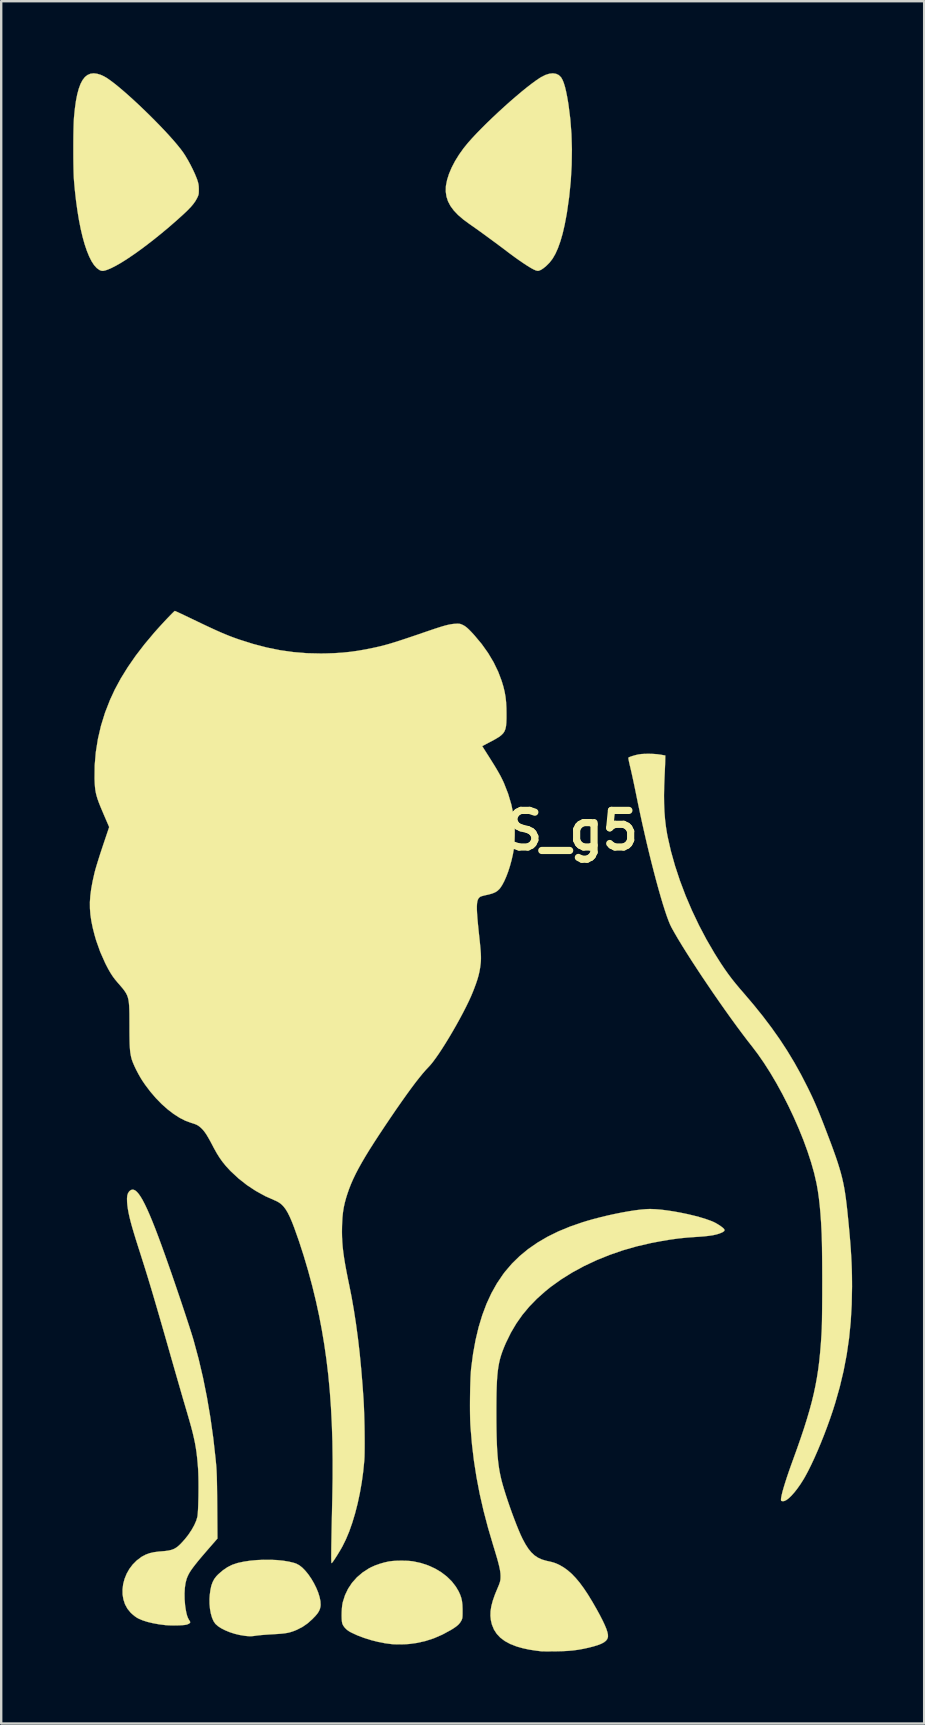
<source format=kicad_pcb>
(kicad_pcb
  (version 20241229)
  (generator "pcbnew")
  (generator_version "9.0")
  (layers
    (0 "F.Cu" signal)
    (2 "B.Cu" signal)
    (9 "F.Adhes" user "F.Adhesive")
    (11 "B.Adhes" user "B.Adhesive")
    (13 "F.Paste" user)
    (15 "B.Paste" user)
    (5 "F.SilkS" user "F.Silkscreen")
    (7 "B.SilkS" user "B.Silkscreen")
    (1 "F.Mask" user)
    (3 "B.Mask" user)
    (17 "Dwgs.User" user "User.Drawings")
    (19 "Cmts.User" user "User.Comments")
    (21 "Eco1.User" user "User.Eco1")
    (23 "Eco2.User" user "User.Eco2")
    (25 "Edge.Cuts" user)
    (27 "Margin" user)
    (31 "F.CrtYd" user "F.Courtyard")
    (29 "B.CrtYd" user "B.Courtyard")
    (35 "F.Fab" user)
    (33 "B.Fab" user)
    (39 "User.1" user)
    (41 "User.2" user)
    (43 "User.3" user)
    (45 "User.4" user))
  (footprint "F.SilkS_g5"
    (layer "F.Cu")
    (at 17.668 31.543)
    (property "Reference" "F.SilkS_g5" (at 0 0 0) (layer "F.SilkS") (effects (font (size 1.524 1.524) (thickness 0.3))))
    (attr through_hole)
    (fp_poly (pts (xy -3.841 30.42) (xy -3.671 30.429) (xy -3.526 30.444) (xy -3.502 30.448) (xy -3.183 30.517) (xy -2.88 30.617) (xy -2.597 30.746) (xy -2.336 30.902) (xy -2.102 31.082) (xy -1.897 31.283) (xy -1.726 31.505) (xy -1.611 31.701) (xy -1.549 31.837) (xy -1.504 31.967) (xy -1.474 32.102) (xy -1.457 32.253) (xy -1.45 32.431) (xy -1.45 32.491) (xy -1.45 32.616) (xy -1.452 32.708) (xy -1.456 32.774) (xy -1.464 32.824) (xy -1.477 32.864) (xy -1.495 32.904) (xy -1.507 32.928) (xy -1.56 33.01) (xy -1.629 33.088) (xy -1.723 33.166) (xy -1.845 33.25) (xy -1.943 33.309) (xy -2.296 33.5) (xy -2.647 33.652) (xy -3.002 33.767) (xy -3.366 33.847) (xy -3.659 33.887) (xy -3.811 33.898) (xy -3.983 33.904) (xy -4.157 33.905) (xy -4.317 33.9) (xy -4.392 33.895) (xy -4.672 33.859) (xy -4.965 33.802) (xy -5.262 33.727) (xy -5.553 33.635) (xy -5.827 33.532) (xy -6.073 33.418) (xy -6.163 33.37) (xy -6.265 33.299) (xy -6.356 33.21) (xy -6.425 33.114) (xy -6.459 33.038) (xy -6.475 32.953) (xy -6.484 32.837) (xy -6.487 32.701) (xy -6.484 32.554) (xy -6.476 32.408) (xy -6.462 32.274) (xy -6.442 32.161) (xy -6.438 32.146) (xy -6.346 31.856) (xy -6.217 31.587) (xy -6.052 31.339) (xy -5.854 31.116) (xy -5.624 30.918) (xy -5.363 30.747) (xy -5.253 30.689) (xy -5.093 30.617) (xy -4.906 30.551) (xy -4.71 30.494) (xy -4.521 30.452) (xy -4.5 30.449) (xy -4.365 30.432) (xy -4.201 30.422) (xy -4.022 30.418) (xy -3.841 30.42)) (stroke (width 0.01) (type solid)) (fill yes) (layer "F.SilkS"))
    (fp_poly (pts (xy -9.451 30.381) (xy -9.177 30.394) (xy -8.918 30.42) (xy -8.682 30.459) (xy -8.475 30.509) (xy -8.378 30.542) (xy -8.252 30.609) (xy -8.122 30.711) (xy -7.993 30.844) (xy -7.867 31) (xy -7.748 31.174) (xy -7.639 31.361) (xy -7.543 31.553) (xy -7.464 31.745) (xy -7.406 31.932) (xy -7.37 32.106) (xy -7.362 32.263) (xy -7.37 32.339) (xy -7.393 32.433) (xy -7.433 32.523) (xy -7.492 32.616) (xy -7.578 32.719) (xy -7.693 32.839) (xy -7.693 32.84) (xy -7.899 33.025) (xy -8.113 33.174) (xy -8.346 33.295) (xy -8.454 33.34) (xy -8.553 33.375) (xy -8.649 33.404) (xy -8.751 33.427) (xy -8.866 33.445) (xy -9 33.46) (xy -9.163 33.472) (xy -9.36 33.484) (xy -9.366 33.484) (xy -9.516 33.493) (xy -9.667 33.504) (xy -9.809 33.515) (xy -9.93 33.527) (xy -10.02 33.538) (xy -10.022 33.538) (xy -10.142 33.555) (xy -10.237 33.564) (xy -10.321 33.565) (xy -10.412 33.56) (xy -10.526 33.548) (xy -10.53 33.547) (xy -10.738 33.513) (xy -10.947 33.462) (xy -11.148 33.397) (xy -11.336 33.32) (xy -11.502 33.235) (xy -11.641 33.144) (xy -11.745 33.051) (xy -11.749 33.047) (xy -11.823 32.937) (xy -11.886 32.792) (xy -11.935 32.62) (xy -11.97 32.428) (xy -11.989 32.222) (xy -11.991 32.01) (xy -11.981 31.854) (xy -11.953 31.642) (xy -11.915 31.464) (xy -11.862 31.314) (xy -11.793 31.183) (xy -11.703 31.065) (xy -11.622 30.982) (xy -11.43 30.817) (xy -11.241 30.688) (xy -11.045 30.59) (xy -10.834 30.519) (xy -10.799 30.51) (xy -10.556 30.458) (xy -10.293 30.419) (xy -10.016 30.394) (xy -9.733 30.381) (xy -9.451 30.381)) (stroke (width 0.01) (type solid)) (fill yes) (layer "F.SilkS"))
    (fp_poly (pts (xy 2.444 -31.519) (xy 2.557 -31.466) (xy 2.649 -31.377) (xy 2.666 -31.353) (xy 2.719 -31.257) (xy 2.769 -31.131) (xy 2.817 -30.974) (xy 2.863 -30.781) (xy 2.909 -30.552) (xy 2.955 -30.283) (xy 2.963 -30.231) (xy 3.038 -29.636) (xy 3.086 -29.014) (xy 3.105 -28.374) (xy 3.095 -27.721) (xy 3.058 -27.061) (xy 2.992 -26.399) (xy 2.899 -25.743) (xy 2.878 -25.622) (xy 2.802 -25.221) (xy 2.718 -24.861) (xy 2.626 -24.542) (xy 2.526 -24.262) (xy 2.419 -24.022) (xy 2.303 -23.821) (xy 2.179 -23.658) (xy 2.161 -23.64) (xy 2.041 -23.52) (xy 1.926 -23.424) (xy 1.822 -23.355) (xy 1.734 -23.318) (xy 1.713 -23.313) (xy 1.66 -23.313) (xy 1.598 -23.33) (xy 1.515 -23.367) (xy 1.498 -23.375) (xy 1.385 -23.438) (xy 1.246 -23.523) (xy 1.086 -23.628) (xy 0.912 -23.747) (xy 0.729 -23.877) (xy 0.543 -24.014) (xy 0.476 -24.064) (xy 0.29 -24.205) (xy 0.091 -24.354) (xy -0.116 -24.508) (xy -0.325 -24.661) (xy -0.529 -24.811) (xy -0.722 -24.951) (xy -0.9 -25.078) (xy -1.055 -25.187) (xy -1.164 -25.263) (xy -1.422 -25.453) (xy -1.639 -25.64) (xy -1.816 -25.827) (xy -1.955 -26.016) (xy -2.056 -26.209) (xy -2.12 -26.407) (xy -2.149 -26.612) (xy -2.144 -26.826) (xy -2.139 -26.87) (xy -2.092 -27.105) (xy -2.012 -27.356) (xy -1.9 -27.619) (xy -1.76 -27.887) (xy -1.593 -28.156) (xy -1.404 -28.421) (xy -1.218 -28.649) (xy -1.047 -28.841) (xy -0.855 -29.046) (xy -0.645 -29.261) (xy -0.421 -29.483) (xy -0.187 -29.708) (xy 0.053 -29.933) (xy 0.296 -30.155) (xy 0.537 -30.371) (xy 0.775 -30.576) (xy 1.003 -30.769) (xy 1.22 -30.945) (xy 1.421 -31.101) (xy 1.603 -31.235) (xy 1.762 -31.342) (xy 1.831 -31.384) (xy 2.004 -31.471) (xy 2.165 -31.522) (xy 2.313 -31.538) (xy 2.444 -31.519)) (stroke (width 0.01) (type solid)) (fill yes) (layer "F.SilkS"))
    (fp_poly (pts (xy -16.67 -31.52) (xy -16.508 -31.469) (xy -16.388 -31.414) (xy -16.272 -31.347) (xy -16.132 -31.25) (xy -15.969 -31.128) (xy -15.789 -30.983) (xy -15.593 -30.818) (xy -15.385 -30.636) (xy -15.168 -30.44) (xy -14.945 -30.233) (xy -14.719 -30.018) (xy -14.493 -29.798) (xy -14.271 -29.576) (xy -14.055 -29.355) (xy -13.848 -29.138) (xy -13.655 -28.928) (xy -13.477 -28.728) (xy -13.319 -28.541) (xy -13.182 -28.37) (xy -13.095 -28.252) (xy -12.997 -28.104) (xy -12.892 -27.927) (xy -12.787 -27.735) (xy -12.687 -27.537) (xy -12.599 -27.346) (xy -12.528 -27.173) (xy -12.505 -27.112) (xy -12.472 -27.007) (xy -12.451 -26.921) (xy -12.44 -26.835) (xy -12.436 -26.731) (xy -12.436 -26.701) (xy -12.437 -26.601) (xy -12.441 -26.53) (xy -12.452 -26.473) (xy -12.473 -26.416) (xy -12.507 -26.345) (xy -12.514 -26.33) (xy -12.58 -26.214) (xy -12.665 -26.095) (xy -12.772 -25.969) (xy -12.906 -25.83) (xy -13.07 -25.674) (xy -13.372 -25.401) (xy -13.677 -25.136) (xy -13.982 -24.881) (xy -14.284 -24.637) (xy -14.58 -24.407) (xy -14.867 -24.192) (xy -15.142 -23.996) (xy -15.402 -23.82) (xy -15.644 -23.666) (xy -15.866 -23.537) (xy -16.065 -23.434) (xy -16.218 -23.368) (xy -16.327 -23.329) (xy -16.41 -23.311) (xy -16.478 -23.311) (xy -16.541 -23.33) (xy -16.576 -23.347) (xy -16.689 -23.428) (xy -16.798 -23.55) (xy -16.904 -23.712) (xy -17.004 -23.911) (xy -17.1 -24.146) (xy -17.191 -24.416) (xy -17.276 -24.719) (xy -17.355 -25.054) (xy -17.427 -25.419) (xy -17.492 -25.812) (xy -17.55 -26.233) (xy -17.6 -26.679) (xy -17.636 -27.083) (xy -17.644 -27.206) (xy -17.65 -27.364) (xy -17.655 -27.553) (xy -17.659 -27.764) (xy -17.662 -27.992) (xy -17.663 -28.23) (xy -17.663 -28.473) (xy -17.662 -28.714) (xy -17.66 -28.946) (xy -17.656 -29.163) (xy -17.651 -29.36) (xy -17.645 -29.529) (xy -17.638 -29.665) (xy -17.635 -29.707) (xy -17.599 -30.065) (xy -17.555 -30.383) (xy -17.501 -30.66) (xy -17.437 -30.897) (xy -17.363 -31.097) (xy -17.278 -31.258) (xy -17.182 -31.382) (xy -17.073 -31.469) (xy -16.952 -31.521) (xy -16.818 -31.538) (xy -16.67 -31.52)) (stroke (width 0.01) (type solid)) (fill yes) (layer "F.SilkS"))
    (fp_poly (pts (xy -15.15 14.967) (xy -15.085 14.997) (xy -15.016 15.054) (xy -14.943 15.138) (xy -14.864 15.251) (xy -14.779 15.393) (xy -14.689 15.566) (xy -14.591 15.771) (xy -14.486 16.009) (xy -14.373 16.28) (xy -14.251 16.587) (xy -14.121 16.929) (xy -13.981 17.309) (xy -13.831 17.726) (xy -13.67 18.183) (xy -13.574 18.457) (xy -13.45 18.818) (xy -13.33 19.17) (xy -13.215 19.509) (xy -13.107 19.832) (xy -13.006 20.136) (xy -12.914 20.417) (xy -12.831 20.671) (xy -12.759 20.897) (xy -12.699 21.089) (xy -12.652 21.246) (xy -12.648 21.262) (xy -12.445 22.014) (xy -12.261 22.799) (xy -12.098 23.612) (xy -11.956 24.448) (xy -11.836 25.3) (xy -11.739 26.165) (xy -11.713 26.437) (xy -11.705 26.54) (xy -11.698 26.657) (xy -11.692 26.791) (xy -11.686 26.945) (xy -11.682 27.124) (xy -11.678 27.33) (xy -11.675 27.567) (xy -11.672 27.84) (xy -11.669 28.151) (xy -11.669 28.162) (xy -11.66 29.496) (xy -11.992 29.877) (xy -12.177 30.091) (xy -12.336 30.277) (xy -12.471 30.438) (xy -12.584 30.579) (xy -12.677 30.701) (xy -12.754 30.808) (xy -12.816 30.904) (xy -12.865 30.992) (xy -12.904 31.074) (xy -12.936 31.154) (xy -12.945 31.179) (xy -12.99 31.352) (xy -13.019 31.557) (xy -13.031 31.784) (xy -13.028 32.025) (xy -13.008 32.272) (xy -12.983 32.446) (xy -12.955 32.593) (xy -12.925 32.708) (xy -12.89 32.802) (xy -12.846 32.883) (xy -12.835 32.9) (xy -12.804 32.951) (xy -12.794 32.983) (xy -12.806 33.007) (xy -12.816 33.02) (xy -12.857 33.048) (xy -12.92 33.075) (xy -12.95 33.084) (xy -13.024 33.096) (xy -13.131 33.106) (xy -13.26 33.113) (xy -13.403 33.116) (xy -13.548 33.116) (xy -13.686 33.112) (xy -13.808 33.104) (xy -13.822 33.103) (xy -14.093 33.069) (xy -14.346 33.023) (xy -14.577 32.968) (xy -14.779 32.903) (xy -14.947 32.831) (xy -15.016 32.793) (xy -15.095 32.739) (xy -15.184 32.667) (xy -15.266 32.593) (xy -15.276 32.583) (xy -15.41 32.419) (xy -15.51 32.235) (xy -15.576 32.036) (xy -15.611 31.826) (xy -15.613 31.609) (xy -15.586 31.39) (xy -15.528 31.173) (xy -15.442 30.962) (xy -15.328 30.761) (xy -15.187 30.575) (xy -15.019 30.407) (xy -14.827 30.263) (xy -14.792 30.242) (xy -14.645 30.165) (xy -14.487 30.107) (xy -14.309 30.066) (xy -14.103 30.039) (xy -14.023 30.033) (xy -13.84 30.017) (xy -13.69 29.996) (xy -13.567 29.966) (xy -13.462 29.925) (xy -13.367 29.868) (xy -13.273 29.793) (xy -13.18 29.704) (xy -13.016 29.523) (xy -12.865 29.33) (xy -12.734 29.133) (xy -12.625 28.938) (xy -12.544 28.753) (xy -12.497 28.596) (xy -12.486 28.524) (xy -12.477 28.416) (xy -12.468 28.277) (xy -12.461 28.114) (xy -12.456 27.932) (xy -12.451 27.737) (xy -12.449 27.535) (xy -12.448 27.333) (xy -12.449 27.135) (xy -12.452 26.949) (xy -12.457 26.779) (xy -12.463 26.633) (xy -12.466 26.588) (xy -12.485 26.35) (xy -12.506 26.13) (xy -12.53 25.922) (xy -12.56 25.721) (xy -12.595 25.519) (xy -12.639 25.312) (xy -12.69 25.092) (xy -12.752 24.854) (xy -12.825 24.592) (xy -12.91 24.298) (xy -12.956 24.142) (xy -12.992 24.02) (xy -13.038 23.863) (xy -13.094 23.674) (xy -13.156 23.458) (xy -13.225 23.219) (xy -13.299 22.962) (xy -13.377 22.692) (xy -13.457 22.413) (xy -13.538 22.13) (xy -13.619 21.848) (xy -13.644 21.759) (xy -13.77 21.317) (xy -13.886 20.912) (xy -13.993 20.541) (xy -14.092 20.199) (xy -14.184 19.883) (xy -14.27 19.589) (xy -14.351 19.313) (xy -14.429 19.052) (xy -14.504 18.803) (xy -14.578 18.56) (xy -14.652 18.321) (xy -14.727 18.082) (xy -14.804 17.839) (xy -14.883 17.589) (xy -14.955 17.366) (xy -15.056 17.046) (xy -15.143 16.762) (xy -15.217 16.51) (xy -15.278 16.287) (xy -15.327 16.089) (xy -15.365 15.912) (xy -15.393 15.753) (xy -15.412 15.609) (xy -15.423 15.483) (xy -15.427 15.331) (xy -15.416 15.212) (xy -15.389 15.12) (xy -15.345 15.048) (xy -15.325 15.025) (xy -15.269 14.982) (xy -15.211 14.962) (xy -15.15 14.967)) (stroke (width 0.01) (type solid)) (fill yes) (layer "F.SilkS"))
    (fp_poly (pts (xy 6.493 -3.188) (xy 6.656 -3.176) (xy 6.795 -3.157) (xy 6.996 -3.122) (xy 6.992 -2.932) (xy 6.99 -2.852) (xy 6.987 -2.74) (xy 6.981 -2.605) (xy 6.975 -2.456) (xy 6.968 -2.305) (xy 6.966 -2.271) (xy 6.949 -1.85) (xy 6.942 -1.464) (xy 6.946 -1.108) (xy 6.96 -0.775) (xy 6.985 -0.461) (xy 7.021 -0.159) (xy 7.069 0.137) (xy 7.093 0.265) (xy 7.229 0.862) (xy 7.401 1.474) (xy 7.606 2.094) (xy 7.841 2.716) (xy 8.106 3.336) (xy 8.397 3.948) (xy 8.712 4.546) (xy 9.049 5.125) (xy 9.305 5.531) (xy 9.462 5.765) (xy 9.613 5.978) (xy 9.765 6.181) (xy 9.928 6.385) (xy 10.109 6.601) (xy 10.218 6.726) (xy 10.651 7.234) (xy 11.05 7.728) (xy 11.418 8.214) (xy 11.759 8.696) (xy 12.076 9.181) (xy 12.373 9.673) (xy 12.654 10.178) (xy 12.911 10.679) (xy 13.005 10.871) (xy 13.091 11.05) (xy 13.17 11.221) (xy 13.246 11.393) (xy 13.322 11.571) (xy 13.402 11.764) (xy 13.487 11.977) (xy 13.582 12.218) (xy 13.652 12.4) (xy 13.785 12.749) (xy 13.904 13.063) (xy 14.008 13.347) (xy 14.1 13.606) (xy 14.18 13.845) (xy 14.249 14.067) (xy 14.31 14.278) (xy 14.362 14.481) (xy 14.408 14.683) (xy 14.448 14.886) (xy 14.483 15.097) (xy 14.515 15.319) (xy 14.545 15.557) (xy 14.574 15.816) (xy 14.603 16.1) (xy 14.604 16.108) (xy 14.642 16.495) (xy 14.674 16.847) (xy 14.701 17.168) (xy 14.723 17.465) (xy 14.74 17.744) (xy 14.754 18.011) (xy 14.764 18.272) (xy 14.77 18.533) (xy 14.773 18.799) (xy 14.774 19.008) (xy 14.76 19.748) (xy 14.719 20.463) (xy 14.65 21.157) (xy 14.551 21.839) (xy 14.422 22.513) (xy 14.261 23.188) (xy 14.075 23.844) (xy 13.973 24.168) (xy 13.859 24.503) (xy 13.736 24.844) (xy 13.607 25.185) (xy 13.473 25.52) (xy 13.337 25.844) (xy 13.201 26.152) (xy 13.067 26.438) (xy 12.938 26.697) (xy 12.815 26.924) (xy 12.752 27.032) (xy 12.625 27.233) (xy 12.497 27.414) (xy 12.373 27.573) (xy 12.254 27.707) (xy 12.143 27.814) (xy 12.043 27.89) (xy 11.956 27.932) (xy 11.908 27.94) (xy 11.856 27.936) (xy 11.826 27.926) (xy 11.825 27.926) (xy 11.814 27.888) (xy 11.819 27.813) (xy 11.84 27.702) (xy 11.874 27.558) (xy 11.923 27.383) (xy 11.986 27.178) (xy 12.061 26.944) (xy 12.149 26.685) (xy 12.249 26.402) (xy 12.313 26.226) (xy 12.484 25.752) (xy 12.637 25.313) (xy 12.775 24.902) (xy 12.896 24.516) (xy 13.004 24.149) (xy 13.099 23.798) (xy 13.181 23.458) (xy 13.252 23.124) (xy 13.313 22.791) (xy 13.365 22.456) (xy 13.409 22.112) (xy 13.445 21.757) (xy 13.476 21.385) (xy 13.502 20.991) (xy 13.508 20.881) (xy 13.514 20.753) (xy 13.519 20.587) (xy 13.523 20.388) (xy 13.526 20.161) (xy 13.529 19.91) (xy 13.531 19.641) (xy 13.533 19.358) (xy 13.533 19.066) (xy 13.534 18.769) (xy 13.533 18.473) (xy 13.532 18.181) (xy 13.53 17.9) (xy 13.527 17.633) (xy 13.524 17.384) (xy 13.52 17.16) (xy 13.515 16.965) (xy 13.51 16.803) (xy 13.507 16.743) (xy 13.486 16.336) (xy 13.46 15.967) (xy 13.43 15.631) (xy 13.395 15.322) (xy 13.355 15.037) (xy 13.309 14.771) (xy 13.291 14.68) (xy 13.195 14.264) (xy 13.07 13.825) (xy 12.92 13.366) (xy 12.748 12.895) (xy 12.554 12.416) (xy 12.343 11.935) (xy 12.116 11.456) (xy 11.877 10.987) (xy 11.627 10.531) (xy 11.369 10.094) (xy 11.106 9.682) (xy 10.841 9.301) (xy 10.626 9.017) (xy 10.42 8.754) (xy 10.201 8.465) (xy 9.972 8.157) (xy 9.735 7.831) (xy 9.493 7.492) (xy 9.249 7.145) (xy 9.004 6.792) (xy 8.763 6.437) (xy 8.526 6.086) (xy 8.298 5.74) (xy 8.08 5.406) (xy 7.876 5.085) (xy 7.687 4.782) (xy 7.517 4.502) (xy 7.369 4.247) (xy 7.255 4.043) (xy 7.195 3.919) (xy 7.128 3.756) (xy 7.055 3.557) (xy 6.977 3.324) (xy 6.893 3.06) (xy 6.806 2.767) (xy 6.715 2.448) (xy 6.621 2.106) (xy 6.525 1.742) (xy 6.427 1.361) (xy 6.329 0.964) (xy 6.23 0.554) (xy 6.133 0.133) (xy 6.036 -0.295) (xy 5.942 -0.728) (xy 5.85 -1.165) (xy 5.79 -1.46) (xy 5.75 -1.658) (xy 5.708 -1.86) (xy 5.666 -2.058) (xy 5.626 -2.244) (xy 5.589 -2.411) (xy 5.557 -2.55) (xy 5.537 -2.635) (xy 5.508 -2.756) (xy 5.484 -2.864) (xy 5.467 -2.95) (xy 5.458 -3.008) (xy 5.459 -3.032) (xy 5.493 -3.052) (xy 5.558 -3.078) (xy 5.644 -3.106) (xy 5.74 -3.134) (xy 5.837 -3.157) (xy 5.881 -3.166) (xy 6.003 -3.183) (xy 6.154 -3.191) (xy 6.322 -3.193) (xy 6.493 -3.188)) (stroke (width 0.01) (type solid)) (fill yes) (layer "F.SilkS"))
    (fp_poly (pts (xy 6.576 15.777) (xy 6.818 15.797) (xy 7.081 15.83) (xy 7.358 15.872) (xy 7.64 15.924) (xy 7.921 15.982) (xy 8.194 16.047) (xy 8.452 16.116) (xy 8.686 16.188) (xy 8.891 16.261) (xy 9.017 16.314) (xy 9.103 16.358) (xy 9.202 16.417) (xy 9.296 16.478) (xy 9.308 16.487) (xy 9.397 16.555) (xy 9.449 16.609) (xy 9.464 16.653) (xy 9.444 16.692) (xy 9.388 16.731) (xy 9.35 16.75) (xy 9.242 16.794) (xy 9.117 16.831) (xy 8.971 16.863) (xy 8.798 16.888) (xy 8.595 16.91) (xy 8.356 16.928) (xy 8.255 16.934) (xy 7.905 16.959) (xy 7.552 16.995) (xy 7.189 17.045) (xy 6.804 17.11) (xy 6.394 17.188) (xy 5.807 17.324) (xy 5.231 17.489) (xy 4.671 17.683) (xy 4.13 17.902) (xy 3.611 18.146) (xy 3.118 18.414) (xy 2.655 18.703) (xy 2.225 19.011) (xy 2.003 19.19) (xy 1.645 19.509) (xy 1.326 19.838) (xy 1.041 20.18) (xy 0.788 20.54) (xy 0.562 20.923) (xy 0.361 21.334) (xy 0.332 21.399) (xy 0.265 21.559) (xy 0.206 21.712) (xy 0.155 21.862) (xy 0.111 22.013) (xy 0.074 22.17) (xy 0.044 22.335) (xy 0.018 22.514) (xy -0.002 22.71) (xy -0.017 22.926) (xy -0.028 23.167) (xy -0.036 23.437) (xy -0.04 23.74) (xy -0.042 24.079) (xy -0.042 24.244) (xy -0.041 24.631) (xy -0.037 24.979) (xy -0.03 25.293) (xy -0.02 25.575) (xy -0.007 25.831) (xy 0.01 26.064) (xy 0.031 26.278) (xy 0.056 26.476) (xy 0.085 26.663) (xy 0.12 26.842) (xy 0.159 27.017) (xy 0.162 27.03) (xy 0.211 27.216) (xy 0.274 27.431) (xy 0.347 27.666) (xy 0.429 27.916) (xy 0.517 28.173) (xy 0.609 28.431) (xy 0.703 28.683) (xy 0.795 28.922) (xy 0.884 29.141) (xy 0.966 29.333) (xy 1.041 29.493) (xy 1.049 29.509) (xy 1.171 29.735) (xy 1.292 29.923) (xy 1.417 30.077) (xy 1.55 30.2) (xy 1.696 30.297) (xy 1.858 30.37) (xy 2.041 30.424) (xy 2.095 30.436) (xy 2.235 30.467) (xy 2.347 30.498) (xy 2.445 30.533) (xy 2.544 30.577) (xy 2.584 30.597) (xy 2.757 30.696) (xy 2.926 30.817) (xy 3.093 30.962) (xy 3.259 31.134) (xy 3.427 31.334) (xy 3.598 31.566) (xy 3.775 31.831) (xy 3.959 32.133) (xy 4.14 32.449) (xy 4.276 32.698) (xy 4.387 32.916) (xy 4.475 33.103) (xy 4.541 33.262) (xy 4.584 33.395) (xy 4.606 33.502) (xy 4.607 33.587) (xy 4.605 33.604) (xy 4.578 33.682) (xy 4.525 33.752) (xy 4.445 33.817) (xy 4.333 33.877) (xy 4.188 33.934) (xy 4.006 33.99) (xy 3.789 34.045) (xy 3.572 34.092) (xy 3.365 34.129) (xy 3.16 34.157) (xy 2.944 34.176) (xy 2.708 34.188) (xy 2.44 34.195) (xy 2.434 34.195) (xy 2.284 34.196) (xy 2.144 34.197) (xy 2.023 34.197) (xy 1.925 34.196) (xy 1.858 34.195) (xy 1.831 34.193) (xy 1.781 34.187) (xy 1.703 34.177) (xy 1.611 34.166) (xy 1.577 34.161) (xy 1.318 34.121) (xy 1.06 34.065) (xy 0.821 33.998) (xy 0.794 33.989) (xy 0.533 33.887) (xy 0.311 33.766) (xy 0.124 33.626) (xy -0.026 33.466) (xy -0.143 33.284) (xy -0.226 33.08) (xy -0.269 32.899) (xy -0.288 32.715) (xy -0.283 32.522) (xy -0.251 32.316) (xy -0.192 32.091) (xy -0.106 31.843) (xy -0.035 31.669) (xy 0.023 31.531) (xy 0.067 31.425) (xy 0.097 31.341) (xy 0.117 31.271) (xy 0.128 31.209) (xy 0.133 31.146) (xy 0.134 31.073) (xy 0.134 31.041) (xy 0.13 30.96) (xy 0.12 30.871) (xy 0.102 30.769) (xy 0.077 30.651) (xy 0.042 30.512) (xy -0.002 30.348) (xy -0.059 30.155) (xy -0.127 29.928) (xy -0.169 29.792) (xy -0.387 29.053) (xy -0.575 28.337) (xy -0.735 27.638) (xy -0.867 26.949) (xy -0.974 26.265) (xy -1.056 25.58) (xy -1.115 24.886) (xy -1.124 24.749) (xy -1.131 24.591) (xy -1.136 24.402) (xy -1.139 24.19) (xy -1.14 23.961) (xy -1.139 23.723) (xy -1.136 23.481) (xy -1.132 23.244) (xy -1.125 23.017) (xy -1.118 22.809) (xy -1.108 22.625) (xy -1.098 22.473) (xy -1.091 22.405) (xy -1.012 21.8) (xy -0.908 21.229) (xy -0.78 20.691) (xy -0.627 20.187) (xy -0.45 19.716) (xy -0.247 19.277) (xy -0.019 18.87) (xy 0.234 18.495) (xy 0.321 18.38) (xy 0.61 18.042) (xy 0.931 17.729) (xy 1.284 17.438) (xy 1.67 17.171) (xy 2.09 16.925) (xy 2.545 16.701) (xy 3.035 16.499) (xy 3.562 16.317) (xy 3.719 16.269) (xy 4.004 16.188) (xy 4.301 16.111) (xy 4.602 16.038) (xy 4.902 15.973) (xy 5.196 15.914) (xy 5.478 15.864) (xy 5.742 15.823) (xy 5.983 15.793) (xy 6.194 15.775) (xy 6.361 15.769) (xy 6.576 15.777)) (stroke (width 0.01) (type solid)) (fill yes) (layer "F.SilkS"))
    (fp_poly (pts (xy -13.411 -9.135) (xy -13.354 -9.11) (xy -13.267 -9.07) (xy -13.154 -9.017) (xy -13.019 -8.953) (xy -12.868 -8.881) (xy -12.703 -8.802) (xy -12.638 -8.771) (xy -12.351 -8.633) (xy -12.096 -8.512) (xy -11.87 -8.407) (xy -11.668 -8.315) (xy -11.484 -8.234) (xy -11.314 -8.163) (xy -11.153 -8.098) (xy -10.997 -8.039) (xy -10.841 -7.983) (xy -10.753 -7.952) (xy -10.171 -7.768) (xy -9.604 -7.62) (xy -9.046 -7.507) (xy -8.489 -7.429) (xy -7.929 -7.383) (xy -7.358 -7.37) (xy -7.154 -7.373) (xy -6.79 -7.385) (xy -6.454 -7.407) (xy -6.132 -7.44) (xy -5.81 -7.485) (xy -5.474 -7.544) (xy -5.203 -7.599) (xy -5.077 -7.626) (xy -4.958 -7.653) (xy -4.842 -7.68) (xy -4.726 -7.71) (xy -4.606 -7.743) (xy -4.477 -7.779) (xy -4.338 -7.822) (xy -4.182 -7.87) (xy -4.008 -7.927) (xy -3.811 -7.992) (xy -3.587 -8.067) (xy -3.333 -8.153) (xy -3.046 -8.252) (xy -2.857 -8.316) (xy -2.637 -8.391) (xy -2.45 -8.452) (xy -2.293 -8.501) (xy -2.16 -8.539) (xy -2.045 -8.567) (xy -1.944 -8.587) (xy -1.851 -8.601) (xy -1.765 -8.608) (xy -1.669 -8.613) (xy -1.602 -8.612) (xy -1.548 -8.603) (xy -1.494 -8.584) (xy -1.456 -8.567) (xy -1.39 -8.534) (xy -1.326 -8.492) (xy -1.258 -8.438) (xy -1.18 -8.366) (xy -1.088 -8.272) (xy -0.976 -8.15) (xy -0.956 -8.128) (xy -0.653 -7.766) (xy -0.386 -7.391) (xy -0.156 -7.005) (xy 0.035 -6.61) (xy 0.177 -6.234) (xy 0.248 -6.001) (xy 0.301 -5.783) (xy 0.34 -5.567) (xy 0.364 -5.343) (xy 0.377 -5.097) (xy 0.38 -4.879) (xy 0.38 -4.668) (xy 0.374 -4.494) (xy 0.361 -4.35) (xy 0.336 -4.231) (xy 0.297 -4.131) (xy 0.239 -4.044) (xy 0.159 -3.965) (xy 0.054 -3.887) (xy -0.08 -3.806) (xy -0.247 -3.715) (xy -0.364 -3.654) (xy -0.632 -3.513) (xy -0.34 -3.053) (xy -0.213 -2.851) (xy -0.106 -2.679) (xy -0.017 -2.53) (xy 0.059 -2.398) (xy 0.125 -2.279) (xy 0.183 -2.165) (xy 0.238 -2.052) (xy 0.277 -1.966) (xy 0.449 -1.527) (xy 0.584 -1.072) (xy 0.679 -0.602) (xy 0.701 -0.455) (xy 0.714 -0.321) (xy 0.722 -0.156) (xy 0.725 0.027) (xy 0.724 0.218) (xy 0.718 0.405) (xy 0.708 0.576) (xy 0.694 0.72) (xy 0.69 0.751) (xy 0.647 0.995) (xy 0.591 1.24) (xy 0.525 1.481) (xy 0.451 1.711) (xy 0.37 1.924) (xy 0.286 2.115) (xy 0.199 2.278) (xy 0.113 2.406) (xy 0.086 2.438) (xy 0.006 2.514) (xy -0.09 2.576) (xy -0.21 2.626) (xy -0.36 2.668) (xy -0.443 2.686) (xy -0.54 2.708) (xy -0.626 2.731) (xy -0.689 2.751) (xy -0.713 2.763) (xy -0.755 2.796) (xy -0.789 2.839) (xy -0.816 2.894) (xy -0.836 2.965) (xy -0.848 3.054) (xy -0.854 3.165) (xy -0.853 3.301) (xy -0.845 3.465) (xy -0.831 3.661) (xy -0.81 3.891) (xy -0.783 4.159) (xy -0.772 4.265) (xy -0.746 4.504) (xy -0.725 4.705) (xy -0.709 4.874) (xy -0.697 5.016) (xy -0.689 5.135) (xy -0.685 5.235) (xy -0.684 5.323) (xy -0.686 5.402) (xy -0.69 5.478) (xy -0.697 5.548) (xy -0.718 5.717) (xy -0.746 5.877) (xy -0.783 6.037) (xy -0.831 6.205) (xy -0.893 6.39) (xy -0.972 6.601) (xy -1.01 6.699) (xy -1.092 6.896) (xy -1.191 7.113) (xy -1.306 7.348) (xy -1.432 7.595) (xy -1.568 7.849) (xy -1.711 8.108) (xy -1.859 8.366) (xy -2.008 8.618) (xy -2.157 8.862) (xy -2.302 9.091) (xy -2.441 9.302) (xy -2.573 9.49) (xy -2.693 9.652) (xy -2.799 9.781) (xy -2.855 9.842) (xy -2.979 9.974) (xy -3.114 10.129) (xy -3.262 10.311) (xy -3.425 10.519) (xy -3.602 10.756) (xy -3.796 11.023) (xy -4.007 11.321) (xy -4.237 11.651) (xy -4.485 12.016) (xy -4.689 12.319) (xy -4.927 12.677) (xy -5.14 13.005) (xy -5.331 13.305) (xy -5.5 13.582) (xy -5.65 13.838) (xy -5.783 14.077) (xy -5.9 14.301) (xy -6.002 14.513) (xy -6.092 14.717) (xy -6.171 14.917) (xy -6.24 15.114) (xy -6.294 15.282) (xy -6.353 15.495) (xy -6.398 15.699) (xy -6.431 15.907) (xy -6.454 16.129) (xy -6.467 16.376) (xy -6.471 16.51) (xy -6.474 16.725) (xy -6.47 16.934) (xy -6.46 17.143) (xy -6.443 17.356) (xy -6.417 17.58) (xy -6.383 17.819) (xy -6.34 18.08) (xy -6.287 18.367) (xy -6.224 18.687) (xy -6.182 18.888) (xy -6.074 19.428) (xy -5.977 19.982) (xy -5.889 20.554) (xy -5.809 21.148) (xy -5.737 21.768) (xy -5.674 22.418) (xy -5.617 23.103) (xy -5.576 23.686) (xy -5.566 23.871) (xy -5.556 24.082) (xy -5.548 24.31) (xy -5.541 24.552) (xy -5.535 24.8) (xy -5.531 25.048) (xy -5.529 25.292) (xy -5.528 25.524) (xy -5.529 25.739) (xy -5.531 25.932) (xy -5.535 26.096) (xy -5.542 26.225) (xy -5.544 26.257) (xy -5.589 26.713) (xy -5.651 27.165) (xy -5.729 27.607) (xy -5.821 28.036) (xy -5.926 28.447) (xy -6.043 28.836) (xy -6.17 29.198) (xy -6.308 29.528) (xy -6.454 29.823) (xy -6.502 29.909) (xy -6.585 30.049) (xy -6.664 30.179) (xy -6.738 30.295) (xy -6.802 30.392) (xy -6.853 30.465) (xy -6.89 30.51) (xy -6.906 30.522) (xy -6.912 30.506) (xy -6.916 30.455) (xy -6.919 30.368) (xy -6.92 30.244) (xy -6.919 30.081) (xy -6.917 29.879) (xy -6.914 29.692) (xy -6.91 29.485) (xy -6.906 29.246) (xy -6.901 28.985) (xy -6.895 28.711) (xy -6.889 28.434) (xy -6.884 28.164) (xy -6.878 27.912) (xy -6.876 27.834) (xy -6.862 27.005) (xy -6.861 26.214) (xy -6.871 25.455) (xy -6.895 24.727) (xy -6.931 24.026) (xy -6.98 23.348) (xy -7.042 22.689) (xy -7.119 22.046) (xy -7.209 21.416) (xy -7.313 20.794) (xy -7.422 20.225) (xy -7.556 19.607) (xy -7.71 18.975) (xy -7.881 18.342) (xy -8.066 17.718) (xy -8.261 17.115) (xy -8.46 16.552) (xy -8.555 16.307) (xy -8.645 16.099) (xy -8.731 15.925) (xy -8.817 15.782) (xy -8.906 15.665) (xy -9 15.57) (xy -9.102 15.495) (xy -9.214 15.434) (xy -9.271 15.41) (xy -9.67 15.232) (xy -10.06 15.018) (xy -10.432 14.772) (xy -10.781 14.498) (xy -11.099 14.202) (xy -11.147 14.153) (xy -11.306 13.98) (xy -11.444 13.811) (xy -11.568 13.638) (xy -11.686 13.449) (xy -11.806 13.234) (xy -11.846 13.158) (xy -11.949 12.962) (xy -12.039 12.801) (xy -12.118 12.669) (xy -12.191 12.563) (xy -12.26 12.476) (xy -12.329 12.405) (xy -12.333 12.401) (xy -12.407 12.337) (xy -12.475 12.288) (xy -12.549 12.25) (xy -12.642 12.215) (xy -12.758 12.179) (xy -12.994 12.093) (xy -13.238 11.968) (xy -13.487 11.808) (xy -13.736 11.617) (xy -13.983 11.397) (xy -14.223 11.151) (xy -14.454 10.882) (xy -14.672 10.593) (xy -14.789 10.422) (xy -14.874 10.284) (xy -14.959 10.132) (xy -15.042 9.975) (xy -15.116 9.821) (xy -15.177 9.679) (xy -15.222 9.56) (xy -15.235 9.514) (xy -15.257 9.43) (xy -15.274 9.344) (xy -15.289 9.254) (xy -15.3 9.155) (xy -15.309 9.04) (xy -15.316 8.907) (xy -15.32 8.749) (xy -15.323 8.563) (xy -15.325 8.343) (xy -15.325 8.129) (xy -15.326 7.87) (xy -15.327 7.65) (xy -15.331 7.462) (xy -15.338 7.303) (xy -15.35 7.168) (xy -15.368 7.052) (xy -15.393 6.95) (xy -15.427 6.859) (xy -15.471 6.773) (xy -15.526 6.688) (xy -15.593 6.598) (xy -15.675 6.501) (xy -15.771 6.39) (xy -15.819 6.335) (xy -15.927 6.206) (xy -16.024 6.075) (xy -16.116 5.933) (xy -16.209 5.772) (xy -16.307 5.583) (xy -16.341 5.514) (xy -16.545 5.054) (xy -16.713 4.58) (xy -16.777 4.36) (xy -16.854 4.058) (xy -16.912 3.776) (xy -16.951 3.509) (xy -16.971 3.248) (xy -16.973 2.987) (xy -16.955 2.718) (xy -16.918 2.434) (xy -16.862 2.128) (xy -16.787 1.793) (xy -16.773 1.736) (xy -16.749 1.644) (xy -16.713 1.519) (xy -16.667 1.368) (xy -16.614 1.197) (xy -16.556 1.013) (xy -16.494 0.824) (xy -16.434 0.643) (xy -16.17 -0.142) (xy -16.375 -0.616) (xy -16.468 -0.835) (xy -16.546 -1.022) (xy -16.609 -1.183) (xy -16.659 -1.324) (xy -16.697 -1.452) (xy -16.726 -1.572) (xy -16.747 -1.691) (xy -16.761 -1.816) (xy -16.771 -1.951) (xy -16.777 -2.104) (xy -16.779 -2.159) (xy -16.773 -2.711) (xy -16.726 -3.265) (xy -16.638 -3.817) (xy -16.51 -4.366) (xy -16.342 -4.908) (xy -16.134 -5.44) (xy -15.933 -5.874) (xy -15.685 -6.333) (xy -15.396 -6.8) (xy -15.068 -7.274) (xy -14.7 -7.753) (xy -14.295 -8.236) (xy -14.289 -8.243) (xy -14.185 -8.36) (xy -14.076 -8.481) (xy -13.964 -8.603) (xy -13.854 -8.722) (xy -13.749 -8.834) (xy -13.652 -8.935) (xy -13.569 -9.02) (xy -13.502 -9.086) (xy -13.456 -9.129) (xy -13.435 -9.144) (xy -13.435 -9.144) (xy -13.411 -9.135)) (stroke (width 0.01) (type solid)) (fill yes) (layer "F.SilkS")))
  (gr_rect
    (start -3 -3)
    (end 35.447 68.746)
    (stroke (width 0.1) (type default))
    (fill no)
    (layer "Edge.Cuts")))
</source>
